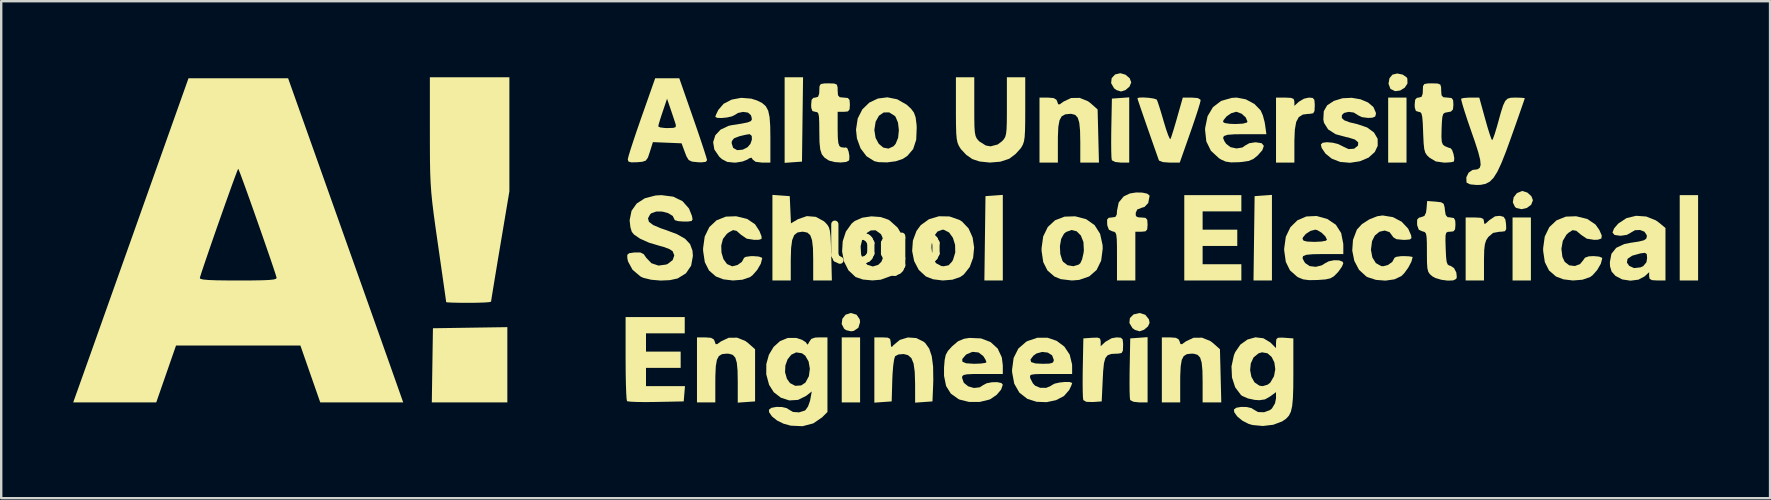
<source format=kicad_pcb>
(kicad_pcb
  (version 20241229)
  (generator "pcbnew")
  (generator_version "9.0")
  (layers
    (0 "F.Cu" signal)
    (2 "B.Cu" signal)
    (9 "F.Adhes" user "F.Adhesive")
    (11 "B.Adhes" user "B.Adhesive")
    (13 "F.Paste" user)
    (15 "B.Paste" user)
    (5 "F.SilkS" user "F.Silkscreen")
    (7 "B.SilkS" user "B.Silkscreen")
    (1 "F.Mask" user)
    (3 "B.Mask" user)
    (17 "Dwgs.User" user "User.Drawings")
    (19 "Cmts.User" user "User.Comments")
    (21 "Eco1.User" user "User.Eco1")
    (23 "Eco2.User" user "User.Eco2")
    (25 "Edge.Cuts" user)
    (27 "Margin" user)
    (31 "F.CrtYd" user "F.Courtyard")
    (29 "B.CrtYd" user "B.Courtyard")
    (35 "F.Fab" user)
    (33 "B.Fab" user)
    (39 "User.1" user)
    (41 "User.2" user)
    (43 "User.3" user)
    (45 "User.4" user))
  (footprint "logo"
    (layer "F.Cu")
    (at 33.804 7.112)
    (property "Reference" "logo" (at 0 0 0) (layer "F.SilkS") (effects (font (size 1.5 1.5) (thickness 0.3))))
    (attr board_only exclude_from_pos_files exclude_from_bom)
    (fp_poly (pts (xy -15.716 5.036) (xy -15.716 6.604) (xy -17.289 6.604) (xy -18.863 6.604) (xy -18.84 5.059) (xy -18.816 3.514) (xy -17.266 3.491) (xy -15.716 3.468)) (stroke (width 0) (type solid)) (fill yes) (layer "F.SilkS"))
    (fp_poly (pts (xy -3.418 -5.186) (xy -3.44 -3.429) (xy -3.802 -3.403) (xy -4.163 -3.377) (xy -4.163 -5.16) (xy -4.163 -6.943) (xy -3.779 -6.943) (xy -3.395 -6.943)) (stroke (width 0) (type solid)) (fill yes) (layer "F.SilkS"))
    (fp_poly (pts (xy -1.019 5.249) (xy -1.019 6.604) (xy -1.402 6.604) (xy -1.784 6.604) (xy -1.784 5.249) (xy -1.784 3.895) (xy -1.402 3.895) (xy -1.019 3.895)) (stroke (width 0) (type solid)) (fill yes) (layer "F.SilkS"))
    (fp_poly (pts (xy 4.927 -0.259) (xy 4.927 1.524) (xy 4.543 1.524) (xy 4.159 1.524) (xy 4.182 -0.233) (xy 4.205 -1.99) (xy 4.566 -2.016) (xy 4.927 -2.042)) (stroke (width 0) (type solid)) (fill yes) (layer "F.SilkS"))
    (fp_poly (pts (xy 16.14 -0.259) (xy 16.14 1.524) (xy 15.756 1.524) (xy 15.372 1.524) (xy 15.395 -0.233) (xy 15.418 -1.99) (xy 15.779 -2.016) (xy 16.14 -2.042)) (stroke (width 0) (type solid)) (fill yes) (layer "F.SilkS"))
    (fp_poly (pts (xy 21.747 -4.741) (xy 21.747 -3.387) (xy 21.365 -3.387) (xy 20.983 -3.387) (xy 20.983 -4.741) (xy 20.983 -6.096) (xy 21.365 -6.096) (xy 21.747 -6.096)) (stroke (width 0) (type solid)) (fill yes) (layer "F.SilkS"))
    (fp_poly (pts (xy 26.929 0.212) (xy 26.929 1.524) (xy 26.547 1.524) (xy 26.165 1.524) (xy 26.165 0.212) (xy 26.165 -1.101) (xy 26.547 -1.101) (xy 26.929 -1.101)) (stroke (width 0) (type solid)) (fill yes) (layer "F.SilkS"))
    (fp_poly (pts (xy 33.895 -0.254) (xy 33.895 1.524) (xy 33.513 1.524) (xy 33.13 1.524) (xy 33.13 -0.254) (xy 33.13 -2.032) (xy 33.513 -2.032) (xy 33.895 -2.032)) (stroke (width 0) (type solid)) (fill yes) (layer "F.SilkS"))
    (fp_poly (pts (xy 10.038 -7.051) (xy 10.212 -6.903) (xy 10.279 -6.731) (xy 10.207 -6.556) (xy 10.039 -6.408) (xy 9.854 -6.35) (xy 9.667 -6.407) (xy 9.563 -6.483) (xy 9.44 -6.697) (xy 9.462 -6.905) (xy 9.606 -7.06) (xy 9.823 -7.112)) (stroke (width 0) (type solid)) (fill yes) (layer "F.SilkS"))
    (fp_poly (pts (xy -1.166 2.95) (xy -1.035 3.141) (xy -1.019 3.26) (xy -1.091 3.495) (xy -1.283 3.625) (xy -1.402 3.641) (xy -1.597 3.595) (xy -1.682 3.539) (xy -1.786 3.337) (xy -1.759 3.122) (xy -1.625 2.95) (xy -1.406 2.879) (xy -1.402 2.879)) (stroke (width 0) (type solid)) (fill yes) (layer "F.SilkS"))
    (fp_poly (pts (xy 21.584 -7.055) (xy 21.752 -6.941) (xy 21.782 -6.889) (xy 21.787 -6.683) (xy 21.672 -6.507) (xy 21.484 -6.391) (xy 21.274 -6.363) (xy 21.09 -6.452) (xy 21.071 -6.472) (xy 20.997 -6.675) (xy 21.036 -6.901) (xy 21.161 -7.052) (xy 21.36 -7.1)) (stroke (width 0) (type solid)) (fill yes) (layer "F.SilkS"))
    (fp_poly (pts (xy 26.785 -2.137) (xy 26.95 -1.986) (xy 27.014 -1.82) (xy 26.941 -1.631) (xy 26.762 -1.498) (xy 26.537 -1.446) (xy 26.326 -1.495) (xy 26.266 -1.541) (xy 26.176 -1.731) (xy 26.211 -1.94) (xy 26.346 -2.115) (xy 26.554 -2.2) (xy 26.589 -2.201)) (stroke (width 0) (type solid)) (fill yes) (layer "F.SilkS"))
    (fp_poly (pts (xy 10.194 -4.746) (xy 10.194 -3.387) (xy 9.852 -3.387) (xy 9.61 -3.413) (xy 9.475 -3.481) (xy 9.467 -3.496) (xy 9.453 -3.617) (xy 9.445 -3.873) (xy 9.442 -4.232) (xy 9.445 -4.659) (xy 9.448 -4.83) (xy 9.472 -6.054) (xy 9.833 -6.08) (xy 10.194 -6.106)) (stroke (width 0) (type solid)) (fill yes) (layer "F.SilkS"))
    (fp_poly (pts (xy 10.863 2.953) (xy 11.014 3.141) (xy 11.043 3.29) (xy 10.974 3.44) (xy 10.812 3.576) (xy 10.63 3.64) (xy 10.619 3.641) (xy 10.432 3.583) (xy 10.327 3.508) (xy 10.201 3.294) (xy 10.222 3.091) (xy 10.372 2.939) (xy 10.63 2.879) (xy 10.633 2.879)) (stroke (width 0) (type solid)) (fill yes) (layer "F.SilkS"))
    (fp_poly (pts (xy 10.959 5.244) (xy 10.959 6.604) (xy 10.616 6.604) (xy 10.374 6.578) (xy 10.24 6.51) (xy 10.231 6.494) (xy 10.218 6.374) (xy 10.209 6.118) (xy 10.207 5.759) (xy 10.21 5.332) (xy 10.213 5.161) (xy 10.236 3.937) (xy 10.597 3.911) (xy 10.959 3.885)) (stroke (width 0) (type solid)) (fill yes) (layer "F.SilkS"))
    (fp_poly (pts (xy 14.866 -1.693) (xy 14.866 -1.355) (xy 14.059 -1.355) (xy 13.252 -1.355) (xy 13.252 -0.974) (xy 13.252 -0.593) (xy 13.974 -0.593) (xy 14.696 -0.593) (xy 14.696 -0.254) (xy 14.696 0.085) (xy 13.974 0.085) (xy 13.252 0.085) (xy 13.252 0.466) (xy 13.252 0.847) (xy 14.059 0.847) (xy 14.866 0.847) (xy 14.866 1.185) (xy 14.866 1.524) (xy 13.677 1.524) (xy 12.488 1.524) (xy 12.488 -0.254) (xy 12.488 -2.032) (xy 13.677 -2.032) (xy 14.866 -2.032)) (stroke (width 0) (type solid)) (fill yes) (layer "F.SilkS"))
    (fp_poly (pts (xy 16.931 -6.085) (xy 17.044 -6.04) (xy 17.075 -5.939) (xy 17.075 -5.923) (xy 17.075 -5.751) (xy 17.261 -5.923) (xy 17.479 -6.052) (xy 17.686 -6.096) (xy 17.839 -6.081) (xy 17.907 -6.004) (xy 17.924 -5.816) (xy 17.924 -5.757) (xy 17.914 -5.54) (xy 17.86 -5.444) (xy 17.724 -5.419) (xy 17.67 -5.419) (xy 17.428 -5.389) (xy 17.259 -5.283) (xy 17.151 -5.081) (xy 17.094 -4.758) (xy 17.075 -4.293) (xy 17.075 -4.233) (xy 17.075 -3.387) (xy 16.693 -3.387) (xy 16.31 -3.387) (xy 16.31 -4.741) (xy 16.31 -6.096) (xy 16.693 -6.096)) (stroke (width 0) (type solid)) (fill yes) (layer "F.SilkS"))
    (fp_poly (pts (xy 25.792 -1.128) (xy 25.866 -1.016) (xy 25.894 -0.826) (xy 25.901 -0.618) (xy 25.849 -0.529) (xy 25.695 -0.508) (xy 25.624 -0.508) (xy 25.353 -0.458) (xy 25.151 -0.285) (xy 25.066 -0.152) (xy 25.013 0.012) (xy 24.985 0.247) (xy 24.976 0.597) (xy 24.975 0.731) (xy 24.975 1.524) (xy 24.593 1.524) (xy 24.211 1.524) (xy 24.211 0.212) (xy 24.211 -1.101) (xy 24.593 -1.101) (xy 24.832 -1.089) (xy 24.946 -1.043) (xy 24.975 -0.943) (xy 24.975 -0.935) (xy 24.987 -0.837) (xy 25.044 -0.848) (xy 25.182 -0.975) (xy 25.189 -0.983) (xy 25.437 -1.149) (xy 25.635 -1.17)) (stroke (width 0) (type solid)) (fill yes) (layer "F.SilkS"))
    (fp_poly (pts (xy -8.325 3.387) (xy -8.325 3.725) (xy -9.132 3.725) (xy -9.939 3.725) (xy -9.939 4.106) (xy -9.939 4.487) (xy -9.217 4.487) (xy -8.495 4.487) (xy -8.495 4.826) (xy -8.495 5.165) (xy -9.217 5.165) (xy -9.939 5.165) (xy -9.939 5.546) (xy -9.939 5.927) (xy -9.127 5.927) (xy -8.315 5.927) (xy -8.341 6.244) (xy -8.368 6.562) (xy -9.519 6.585) (xy -9.946 6.59) (xy -10.31 6.586) (xy -10.578 6.574) (xy -10.718 6.555) (xy -10.73 6.55) (xy -10.748 6.451) (xy -10.763 6.209) (xy -10.776 5.85) (xy -10.785 5.401) (xy -10.788 4.888) (xy -10.789 4.77) (xy -10.789 3.048) (xy -9.557 3.048) (xy -8.325 3.048)) (stroke (width 0) (type solid)) (fill yes) (layer "F.SilkS"))
    (fp_poly (pts (xy 9.842 3.907) (xy 9.919 3.975) (xy 9.939 4.149) (xy 9.939 4.233) (xy 9.93 4.45) (xy 9.874 4.547) (xy 9.734 4.572) (xy 9.663 4.573) (xy 9.446 4.585) (xy 9.297 4.637) (xy 9.2 4.756) (xy 9.142 4.969) (xy 9.108 5.304) (xy 9.09 5.648) (xy 9.047 6.562) (xy 8.685 6.588) (xy 8.41 6.581) (xy 8.284 6.509) (xy 8.279 6.499) (xy 8.265 6.377) (xy 8.256 6.119) (xy 8.253 5.759) (xy 8.256 5.331) (xy 8.259 5.161) (xy 8.283 3.937) (xy 8.644 3.911) (xy 8.871 3.904) (xy 8.976 3.941) (xy 9.004 4.043) (xy 9.005 4.074) (xy 9.005 4.263) (xy 9.201 4.079) (xy 9.465 3.929) (xy 9.669 3.895)) (stroke (width 0) (type solid)) (fill yes) (layer "F.SilkS"))
    (fp_poly (pts (xy -7.23 3.913) (xy -7.111 3.982) (xy -7.076 4.063) (xy -7.038 4.173) (xy -6.976 4.178) (xy -6.837 4.078) (xy -6.817 4.063) (xy -6.497 3.911) (xy -6.143 3.907) (xy -5.798 4.045) (xy -5.672 4.142) (xy -5.394 4.389) (xy -5.394 5.475) (xy -5.394 6.562) (xy -5.755 6.588) (xy -6.116 6.614) (xy -6.116 5.757) (xy -6.124 5.282) (xy -6.155 4.951) (xy -6.218 4.74) (xy -6.324 4.623) (xy -6.481 4.577) (xy -6.584 4.572) (xy -6.771 4.593) (xy -6.902 4.671) (xy -6.985 4.832) (xy -7.031 5.1) (xy -7.049 5.5) (xy -7.051 5.752) (xy -7.051 6.604) (xy -7.433 6.604) (xy -7.815 6.604) (xy -7.815 5.249) (xy -7.815 3.895) (xy -7.468 3.895)) (stroke (width 0) (type solid)) (fill yes) (layer "F.SilkS"))
    (fp_poly (pts (xy 7.042 -6.077) (xy 7.16 -6.008) (xy 7.196 -5.928) (xy 7.233 -5.818) (xy 7.296 -5.813) (xy 7.435 -5.913) (xy 7.454 -5.928) (xy 7.774 -6.079) (xy 8.129 -6.084) (xy 8.474 -5.945) (xy 8.6 -5.849) (xy 8.877 -5.602) (xy 8.905 -4.494) (xy 8.933 -3.387) (xy 8.544 -3.387) (xy 8.155 -3.387) (xy 8.155 -4.239) (xy 8.146 -4.716) (xy 8.113 -5.049) (xy 8.048 -5.261) (xy 7.942 -5.376) (xy 7.786 -5.417) (xy 7.734 -5.419) (xy 7.525 -5.397) (xy 7.381 -5.316) (xy 7.29 -5.151) (xy 7.24 -4.876) (xy 7.222 -4.468) (xy 7.221 -4.27) (xy 7.221 -3.387) (xy 6.838 -3.387) (xy 6.456 -3.387) (xy 6.456 -4.741) (xy 6.456 -6.096) (xy 6.804 -6.096)) (stroke (width 0) (type solid)) (fill yes) (layer "F.SilkS"))
    (fp_poly (pts (xy 12.139 3.913) (xy 12.257 3.982) (xy 12.293 4.063) (xy 12.33 4.173) (xy 12.393 4.178) (xy 12.532 4.078) (xy 12.551 4.063) (xy 12.871 3.911) (xy 13.226 3.907) (xy 13.571 4.045) (xy 13.697 4.142) (xy 13.974 4.388) (xy 14.002 5.496) (xy 14.03 6.604) (xy 13.641 6.604) (xy 13.252 6.604) (xy 13.252 5.752) (xy 13.244 5.278) (xy 13.213 4.948) (xy 13.149 4.738) (xy 13.043 4.622) (xy 12.885 4.576) (xy 12.785 4.572) (xy 12.597 4.593) (xy 12.467 4.671) (xy 12.383 4.832) (xy 12.338 5.1) (xy 12.319 5.5) (xy 12.318 5.752) (xy 12.318 6.604) (xy 11.935 6.604) (xy 11.553 6.604) (xy 11.553 5.249) (xy 11.553 3.895) (xy 11.901 3.895)) (stroke (width 0) (type solid)) (fill yes) (layer "F.SilkS"))
    (fp_poly (pts (xy -4.311 -2.016) (xy -3.95 -1.99) (xy -3.925 -1.423) (xy -3.9 -0.857) (xy -3.603 -1.032) (xy -3.235 -1.158) (xy -2.863 -1.127) (xy -2.527 -0.944) (xy -2.468 -0.89) (xy -2.379 -0.792) (xy -2.317 -0.687) (xy -2.277 -0.54) (xy -2.251 -0.32) (xy -2.235 0.006) (xy -2.223 0.425) (xy -2.195 1.524) (xy -2.584 1.524) (xy -2.973 1.524) (xy -2.973 0.641) (xy -2.983 0.171) (xy -3.021 -0.155) (xy -3.094 -0.36) (xy -3.214 -0.47) (xy -3.39 -0.507) (xy -3.433 -0.508) (xy -3.628 -0.476) (xy -3.764 -0.367) (xy -3.85 -0.156) (xy -3.894 0.177) (xy -3.908 0.655) (xy -3.908 0.663) (xy -3.908 1.524) (xy -4.29 1.524) (xy -4.672 1.524) (xy -4.672 -0.259) (xy -4.672 -2.042)) (stroke (width 0) (type solid)) (fill yes) (layer "F.SilkS"))
    (fp_poly (pts (xy -15.631 -4.566) (xy -15.631 -2.19) (xy -16.013 0.085) (xy -16.114 0.684) (xy -16.204 1.228) (xy -16.281 1.695) (xy -16.341 2.061) (xy -16.38 2.306) (xy -16.395 2.407) (xy -16.395 2.407) (xy -16.475 2.427) (xy -16.689 2.442) (xy -17.006 2.452) (xy -17.33 2.455) (xy -17.705 2.453) (xy -18.009 2.446) (xy -18.206 2.436) (xy -18.264 2.426) (xy -18.276 2.338) (xy -18.309 2.103) (xy -18.36 1.745) (xy -18.426 1.283) (xy -18.504 0.74) (xy -18.59 0.136) (xy -18.604 0.042) (xy -18.705 -0.661) (xy -18.783 -1.234) (xy -18.842 -1.715) (xy -18.885 -2.142) (xy -18.913 -2.552) (xy -18.931 -2.983) (xy -18.94 -3.474) (xy -18.943 -4.061) (xy -18.944 -4.627) (xy -18.944 -6.943) (xy -17.287 -6.943) (xy -15.631 -6.943)) (stroke (width 0) (type solid)) (fill yes) (layer "F.SilkS"))
    (fp_poly (pts (xy 0.134 3.906) (xy 0.231 3.96) (xy 0.257 4.092) (xy 0.258 4.128) (xy 0.27 4.28) (xy 0.315 4.283) (xy 0.364 4.226) (xy 0.635 4) (xy 0.972 3.898) (xy 1.324 3.923) (xy 1.637 4.08) (xy 1.698 4.134) (xy 1.86 4.362) (xy 1.967 4.681) (xy 2.023 5.111) (xy 2.031 5.675) (xy 2.023 5.927) (xy 1.996 6.562) (xy 1.635 6.588) (xy 1.274 6.614) (xy 1.273 5.826) (xy 1.258 5.333) (xy 1.21 4.986) (xy 1.119 4.761) (xy 0.978 4.635) (xy 0.798 4.589) (xy 0.581 4.606) (xy 0.442 4.678) (xy 0.399 4.809) (xy 0.361 5.07) (xy 0.333 5.421) (xy 0.322 5.678) (xy 0.297 6.562) (xy -0.064 6.588) (xy -0.425 6.614) (xy -0.425 5.254) (xy -0.425 3.895) (xy -0.085 3.895)) (stroke (width 0) (type solid)) (fill yes) (layer "F.SilkS"))
    (fp_poly (pts (xy 11.008 -6.087) (xy 11.211 -6.057) (xy 11.334 -6.017) (xy 11.344 -6.007) (xy 11.389 -5.892) (xy 11.467 -5.653) (xy 11.565 -5.33) (xy 11.631 -5.102) (xy 11.732 -4.77) (xy 11.821 -4.519) (xy 11.886 -4.38) (xy 11.911 -4.366) (xy 11.953 -4.477) (xy 12.028 -4.712) (xy 12.124 -5.033) (xy 12.192 -5.271) (xy 12.426 -6.096) (xy 12.797 -6.096) (xy 13.049 -6.077) (xy 13.159 -6.013) (xy 13.167 -5.975) (xy 13.14 -5.857) (xy 13.066 -5.609) (xy 12.954 -5.264) (xy 12.814 -4.852) (xy 12.733 -4.621) (xy 12.299 -3.387) (xy 11.881 -3.387) (xy 11.6 -3.408) (xy 11.444 -3.466) (xy 11.426 -3.493) (xy 11.252 -3.985) (xy 11.079 -4.479) (xy 10.915 -4.949) (xy 10.77 -5.368) (xy 10.652 -5.711) (xy 10.571 -5.951) (xy 10.535 -6.063) (xy 10.534 -6.067) (xy 10.607 -6.096) (xy 10.786 -6.101)) (stroke (width 0) (type solid)) (fill yes) (layer "F.SilkS"))
    (fp_poly (pts (xy 2.705 -1.144) (xy 3.116 -1.001) (xy 3.23 -0.93) (xy 3.502 -0.642) (xy 3.669 -0.268) (xy 3.732 0.151) (xy 3.691 0.575) (xy 3.549 0.962) (xy 3.305 1.271) (xy 3.159 1.376) (xy 2.828 1.491) (xy 2.424 1.524) (xy 2.024 1.474) (xy 1.724 1.358) (xy 1.426 1.084) (xy 1.233 0.716) (xy 1.15 0.296) (xy 1.16 0.15) (xy 1.954 0.15) (xy 2.001 0.544) (xy 2.142 0.803) (xy 2.371 0.923) (xy 2.466 0.931) (xy 2.668 0.89) (xy 2.812 0.737) (xy 2.853 0.664) (xy 2.946 0.358) (xy 2.939 0.037) (xy 2.848 -0.255) (xy 2.687 -0.478) (xy 2.471 -0.588) (xy 2.412 -0.593) (xy 2.205 -0.515) (xy 2.048 -0.306) (xy 1.963 -0.001) (xy 1.954 0.15) (xy 1.16 0.15) (xy 1.181 -0.137) (xy 1.33 -0.539) (xy 1.508 -0.781) (xy 1.853 -1.03) (xy 2.268 -1.152)) (stroke (width 0) (type solid)) (fill yes) (layer "F.SilkS"))
    (fp_poly (pts (xy 8.402 -1.029) (xy 8.751 -0.782) (xy 8.981 -0.42) (xy 9.084 0.05) (xy 9.089 0.199) (xy 9.025 0.698) (xy 8.835 1.086) (xy 8.527 1.355) (xy 8.107 1.5) (xy 7.805 1.524) (xy 7.338 1.468) (xy 7.076 1.358) (xy 6.787 1.106) (xy 6.612 0.76) (xy 6.543 0.299) (xy 6.541 0.186) (xy 6.553 0.098) (xy 7.306 0.098) (xy 7.322 0.422) (xy 7.409 0.696) (xy 7.438 0.743) (xy 7.625 0.888) (xy 7.866 0.93) (xy 8.088 0.863) (xy 8.158 0.802) (xy 8.231 0.642) (xy 8.289 0.39) (xy 8.304 0.272) (xy 8.287 -0.077) (xy 8.179 -0.349) (xy 8.006 -0.524) (xy 7.792 -0.58) (xy 7.563 -0.497) (xy 7.476 -0.423) (xy 7.358 -0.207) (xy 7.306 0.098) (xy 6.553 0.098) (xy 6.609 -0.309) (xy 6.801 -0.704) (xy 7.103 -0.984) (xy 7.502 -1.136) (xy 7.942 -1.15)) (stroke (width 0) (type solid)) (fill yes) (layer "F.SilkS"))
    (fp_poly (pts (xy -0.162 -1.12) (xy 0.162 -1.008) (xy 0.222 -0.968) (xy 0.545 -0.677) (xy 0.728 -0.367) (xy 0.798 0.013) (xy 0.801 0.152) (xy 0.737 0.669) (xy 0.554 1.067) (xy 0.254 1.342) (xy -0.159 1.492) (xy -0.51 1.521) (xy -0.901 1.484) (xy -1.195 1.384) (xy -1.213 1.374) (xy -1.503 1.102) (xy -1.688 0.737) (xy -1.769 0.32) (xy -1.755 0.099) (xy -0.997 0.099) (xy -0.978 0.437) (xy -0.899 0.664) (xy -0.718 0.87) (xy -0.489 0.941) (xy -0.261 0.871) (xy -0.132 0.743) (xy -0.029 0.49) (xy 0.002 0.171) (xy -0.035 -0.144) (xy -0.138 -0.386) (xy -0.17 -0.423) (xy -0.376 -0.569) (xy -0.576 -0.56) (xy -0.76 -0.444) (xy -0.922 -0.216) (xy -0.997 0.099) (xy -1.755 0.099) (xy -1.743 -0.11) (xy -1.611 -0.512) (xy -1.373 -0.846) (xy -1.246 -0.952) (xy -0.933 -1.091) (xy -0.549 -1.148)) (stroke (width 0) (type solid)) (fill yes) (layer "F.SilkS"))
    (fp_poly (pts (xy 10.735 -2.138) (xy 10.94 -2.095) (xy 11.04 -2.018) (xy 11.042 -2.001) (xy 10.986 -1.705) (xy 10.829 -1.539) (xy 10.716 -1.508) (xy 10.528 -1.433) (xy 10.464 -1.291) (xy 10.471 -1.157) (xy 10.574 -1.106) (xy 10.698 -1.101) (xy 10.873 -1.085) (xy 10.945 -1.003) (xy 10.959 -0.804) (xy 10.944 -0.605) (xy 10.872 -0.524) (xy 10.704 -0.508) (xy 10.449 -0.508) (xy 10.449 0.508) (xy 10.449 1.524) (xy 10.067 1.524) (xy 9.684 1.524) (xy 9.684 0.514) (xy 9.683 0.087) (xy 9.675 -0.2) (xy 9.656 -0.376) (xy 9.62 -0.469) (xy 9.561 -0.509) (xy 9.493 -0.523) (xy 9.349 -0.588) (xy 9.284 -0.759) (xy 9.275 -0.826) (xy 9.273 -1.015) (xy 9.34 -1.089) (xy 9.467 -1.101) (xy 9.617 -1.124) (xy 9.676 -1.228) (xy 9.684 -1.378) (xy 9.756 -1.727) (xy 9.963 -1.979) (xy 10.22 -2.101) (xy 10.478 -2.143)) (stroke (width 0) (type solid)) (fill yes) (layer "F.SilkS"))
    (fp_poly (pts (xy 0.528 -6.025) (xy 0.921 -5.801) (xy 1.102 -5.634) (xy 1.224 -5.471) (xy 1.295 -5.272) (xy 1.332 -4.98) (xy 1.34 -4.843) (xy 1.319 -4.338) (xy 1.192 -3.952) (xy 0.95 -3.666) (xy 0.759 -3.541) (xy 0.467 -3.443) (xy 0.103 -3.396) (xy -0.247 -3.406) (xy -0.425 -3.446) (xy -0.75 -3.651) (xy -0.999 -3.979) (xy -1.151 -4.397) (xy -1.187 -4.741) (xy -0.425 -4.741) (xy -0.373 -4.416) (xy -0.239 -4.167) (xy -0.051 -4.012) (xy 0.162 -3.971) (xy 0.368 -4.063) (xy 0.462 -4.168) (xy 0.565 -4.421) (xy 0.597 -4.74) (xy 0.56 -5.055) (xy 0.457 -5.297) (xy 0.425 -5.334) (xy 0.191 -5.48) (xy -0.037 -5.476) (xy -0.233 -5.341) (xy -0.371 -5.093) (xy -0.425 -4.75) (xy -0.425 -4.741) (xy -1.187 -4.741) (xy -1.189 -4.758) (xy -1.118 -5.227) (xy -0.924 -5.607) (xy -0.635 -5.887) (xy -0.278 -6.057) (xy 0.119 -6.107)) (stroke (width 0) (type solid)) (fill yes) (layer "F.SilkS"))
    (fp_poly (pts (xy 29.279 -1.039) (xy 29.618 -0.81) (xy 29.779 -0.584) (xy 29.881 -0.351) (xy 29.867 -0.225) (xy 29.723 -0.175) (xy 29.566 -0.169) (xy 29.258 -0.218) (xy 29.018 -0.381) (xy 28.822 -0.546) (xy 28.665 -0.573) (xy 28.492 -0.461) (xy 28.412 -0.385) (xy 28.258 -0.125) (xy 28.2 0.207) (xy 28.242 0.542) (xy 28.339 0.748) (xy 28.526 0.892) (xy 28.76 0.922) (xy 28.976 0.842) (xy 29.094 0.699) (xy 29.184 0.573) (xy 29.343 0.518) (xy 29.54 0.508) (xy 29.768 0.528) (xy 29.892 0.578) (xy 29.902 0.601) (xy 29.842 0.827) (xy 29.693 1.086) (xy 29.499 1.306) (xy 29.399 1.38) (xy 29.078 1.492) (xy 28.683 1.524) (xy 28.287 1.477) (xy 27.974 1.358) (xy 27.684 1.106) (xy 27.51 0.76) (xy 27.441 0.299) (xy 27.439 0.186) (xy 27.506 -0.305) (xy 27.698 -0.7) (xy 27.998 -0.982) (xy 28.389 -1.137) (xy 28.815 -1.152)) (stroke (width 0) (type solid)) (fill yes) (layer "F.SilkS"))
    (fp_poly (pts (xy -5.726 -1.041) (xy -5.396 -0.818) (xy -5.213 -0.536) (xy -5.125 -0.313) (xy -5.126 -0.206) (xy -5.24 -0.172) (xy -5.433 -0.169) (xy -5.742 -0.218) (xy -5.981 -0.381) (xy -6.165 -0.542) (xy -6.308 -0.576) (xy -6.478 -0.488) (xy -6.572 -0.417) (xy -6.733 -0.207) (xy -6.804 0.068) (xy -6.794 0.363) (xy -6.712 0.635) (xy -6.564 0.839) (xy -6.36 0.93) (xy -6.33 0.931) (xy -6.125 0.878) (xy -5.947 0.751) (xy -5.862 0.6) (xy -5.862 0.587) (xy -5.786 0.54) (xy -5.593 0.512) (xy -5.479 0.508) (xy -5.241 0.527) (xy -5.109 0.576) (xy -5.097 0.601) (xy -5.157 0.827) (xy -5.307 1.086) (xy -5.501 1.306) (xy -5.6 1.38) (xy -5.921 1.492) (xy -6.316 1.524) (xy -6.712 1.477) (xy -7.025 1.358) (xy -7.315 1.106) (xy -7.489 0.76) (xy -7.558 0.299) (xy -7.561 0.186) (xy -7.493 -0.305) (xy -7.301 -0.7) (xy -7.002 -0.982) (xy -6.61 -1.137) (xy -6.184 -1.152)) (stroke (width 0) (type solid)) (fill yes) (layer "F.SilkS"))
    (fp_poly (pts (xy 3.738 -5.711) (xy 3.739 -5.23) (xy 3.745 -4.887) (xy 3.762 -4.654) (xy 3.792 -4.5) (xy 3.84 -4.394) (xy 3.912 -4.307) (xy 3.946 -4.272) (xy 4.22 -4.099) (xy 4.417 -4.064) (xy 4.716 -4.143) (xy 4.888 -4.272) (xy 4.97 -4.36) (xy 5.027 -4.455) (xy 5.063 -4.587) (xy 5.084 -4.786) (xy 5.094 -5.082) (xy 5.097 -5.506) (xy 5.097 -5.711) (xy 5.097 -6.943) (xy 5.479 -6.943) (xy 5.862 -6.943) (xy 5.862 -5.601) (xy 5.86 -5.09) (xy 5.853 -4.719) (xy 5.837 -4.457) (xy 5.809 -4.273) (xy 5.764 -4.139) (xy 5.7 -4.023) (xy 5.67 -3.979) (xy 5.46 -3.747) (xy 5.205 -3.555) (xy 5.183 -3.543) (xy 4.822 -3.425) (xy 4.388 -3.389) (xy 3.957 -3.434) (xy 3.655 -3.535) (xy 3.405 -3.71) (xy 3.187 -3.941) (xy 3.166 -3.971) (xy 3.093 -4.09) (xy 3.041 -4.216) (xy 3.007 -4.379) (xy 2.987 -4.608) (xy 2.977 -4.935) (xy 2.973 -5.389) (xy 2.973 -5.601) (xy 2.973 -6.943) (xy 3.356 -6.943) (xy 3.738 -6.943)) (stroke (width 0) (type solid)) (fill yes) (layer "F.SilkS"))
    (fp_poly (pts (xy 21.179 -1.116) (xy 21.546 -0.923) (xy 21.817 -0.635) (xy 21.938 -0.36) (xy 21.953 -0.242) (xy 21.892 -0.187) (xy 21.716 -0.17) (xy 21.609 -0.169) (xy 21.328 -0.196) (xy 21.192 -0.279) (xy 21.182 -0.299) (xy 21.039 -0.491) (xy 20.836 -0.557) (xy 20.618 -0.506) (xy 20.426 -0.347) (xy 20.311 -0.115) (xy 20.265 0.246) (xy 20.323 0.562) (xy 20.469 0.799) (xy 20.687 0.922) (xy 20.777 0.931) (xy 20.977 0.877) (xy 21.153 0.75) (xy 21.237 0.6) (xy 21.237 0.587) (xy 21.313 0.54) (xy 21.506 0.512) (xy 21.62 0.508) (xy 21.848 0.517) (xy 21.985 0.54) (xy 22.002 0.553) (xy 21.95 0.742) (xy 21.822 0.987) (xy 21.656 1.217) (xy 21.534 1.34) (xy 21.243 1.477) (xy 20.869 1.53) (xy 20.474 1.499) (xy 20.122 1.385) (xy 20.064 1.352) (xy 19.768 1.079) (xy 19.572 0.707) (xy 19.486 0.277) (xy 19.517 -0.167) (xy 19.674 -0.583) (xy 19.685 -0.601) (xy 19.89 -0.825) (xy 20.196 -1.021) (xy 20.53 -1.153) (xy 20.753 -1.185)) (stroke (width 0) (type solid)) (fill yes) (layer "F.SilkS"))
    (fp_poly (pts (xy -7.976 -5.249) (xy -7.802 -4.747) (xy -7.649 -4.295) (xy -7.525 -3.92) (xy -7.438 -3.646) (xy -7.397 -3.501) (xy -7.395 -3.488) (xy -7.45 -3.418) (xy -7.636 -3.397) (xy -7.783 -3.403) (xy -8.024 -3.429) (xy -8.16 -3.494) (xy -8.252 -3.644) (xy -8.316 -3.81) (xy -8.457 -4.191) (xy -9.055 -4.216) (xy -9.652 -4.24) (xy -9.778 -3.835) (xy -9.86 -3.594) (xy -9.947 -3.471) (xy -10.094 -3.421) (xy -10.304 -3.403) (xy -10.549 -3.397) (xy -10.666 -3.428) (xy -10.697 -3.51) (xy -10.697 -3.53) (xy -10.667 -3.654) (xy -10.59 -3.911) (xy -10.472 -4.273) (xy -10.324 -4.715) (xy -10.261 -4.894) (xy -9.429 -4.894) (xy -9.353 -4.854) (xy -9.161 -4.829) (xy -9.041 -4.826) (xy -8.807 -4.833) (xy -8.704 -4.867) (xy -8.696 -4.951) (xy -8.714 -5.016) (xy -8.777 -5.208) (xy -8.868 -5.48) (xy -8.918 -5.628) (xy -9.062 -6.048) (xy -9.245 -5.505) (xy -9.339 -5.221) (xy -9.405 -5.001) (xy -9.429 -4.894) (xy -10.261 -4.894) (xy -10.153 -5.208) (xy -10.123 -5.292) (xy -9.557 -6.9) (xy -9.055 -6.9) (xy -8.552 -6.9)) (stroke (width 0) (type solid)) (fill yes) (layer "F.SilkS"))
    (fp_poly (pts (xy 19.829 -6.025) (xy 20.143 -5.893) (xy 20.369 -5.702) (xy 20.471 -5.463) (xy 20.473 -5.419) (xy 20.443 -5.307) (xy 20.325 -5.258) (xy 20.144 -5.249) (xy 19.89 -5.282) (xy 19.719 -5.365) (xy 19.708 -5.376) (xy 19.547 -5.474) (xy 19.334 -5.501) (xy 19.144 -5.456) (xy 19.056 -5.368) (xy 19.051 -5.247) (xy 19.153 -5.15) (xy 19.385 -5.063) (xy 19.7 -4.989) (xy 20.108 -4.85) (xy 20.393 -4.64) (xy 20.544 -4.38) (xy 20.547 -4.087) (xy 20.425 -3.828) (xy 20.166 -3.595) (xy 19.805 -3.443) (xy 19.394 -3.38) (xy 18.983 -3.415) (xy 18.631 -3.552) (xy 18.371 -3.762) (xy 18.212 -3.998) (xy 18.179 -4.143) (xy 18.251 -4.214) (xy 18.431 -4.237) (xy 18.666 -4.217) (xy 18.903 -4.158) (xy 19.089 -4.066) (xy 19.092 -4.063) (xy 19.333 -3.95) (xy 19.565 -3.966) (xy 19.725 -4.094) (xy 19.735 -4.232) (xy 19.593 -4.35) (xy 19.316 -4.436) (xy 19.232 -4.451) (xy 18.793 -4.57) (xy 18.481 -4.771) (xy 18.309 -5.044) (xy 18.281 -5.185) (xy 18.3 -5.528) (xy 18.441 -5.774) (xy 18.72 -5.958) (xy 19.082 -6.069) (xy 19.463 -6.087)) (stroke (width 0) (type solid)) (fill yes) (layer "F.SilkS"))
    (fp_poly (pts (xy -2.101 -6.682) (xy -1.99 -6.639) (xy -1.956 -6.524) (xy -1.954 -6.392) (xy -1.94 -6.193) (xy -1.868 -6.112) (xy -1.699 -6.096) (xy -1.528 -6.079) (xy -1.458 -5.996) (xy -1.444 -5.8) (xy -1.458 -5.601) (xy -1.53 -5.519) (xy -1.699 -5.503) (xy -1.954 -5.503) (xy -1.954 -4.793) (xy -1.948 -4.429) (xy -1.925 -4.202) (xy -1.88 -4.078) (xy -1.819 -4.03) (xy -1.664 -4.008) (xy -1.613 -4.022) (xy -1.552 -3.986) (xy -1.497 -3.845) (xy -1.465 -3.665) (xy -1.471 -3.511) (xy -1.485 -3.473) (xy -1.607 -3.413) (xy -1.827 -3.392) (xy -2.079 -3.41) (xy -2.297 -3.466) (xy -2.336 -3.484) (xy -2.504 -3.596) (xy -2.615 -3.735) (xy -2.68 -3.938) (xy -2.711 -4.24) (xy -2.718 -4.673) (xy -2.721 -5.054) (xy -2.732 -5.296) (xy -2.759 -5.432) (xy -2.808 -5.49) (xy -2.884 -5.503) (xy -2.888 -5.503) (xy -3.005 -5.536) (xy -3.053 -5.666) (xy -3.058 -5.8) (xy -3.039 -6.004) (xy -2.965 -6.086) (xy -2.888 -6.096) (xy -2.771 -6.129) (xy -2.724 -6.259) (xy -2.718 -6.392) (xy -2.71 -6.574) (xy -2.655 -6.661) (xy -2.506 -6.687) (xy -2.336 -6.689)) (stroke (width 0) (type solid)) (fill yes) (layer "F.SilkS"))
    (fp_poly (pts (xy 22.963 -1.761) (xy 23.188 -1.735) (xy 23.295 -1.67) (xy 23.336 -1.52) (xy 23.345 -1.418) (xy 23.379 -1.207) (xy 23.455 -1.117) (xy 23.579 -1.101) (xy 23.719 -1.078) (xy 23.776 -0.975) (xy 23.786 -0.804) (xy 23.77 -0.604) (xy 23.699 -0.522) (xy 23.57 -0.508) (xy 23.465 -0.502) (xy 23.402 -0.462) (xy 23.373 -0.354) (xy 23.369 -0.144) (xy 23.379 0.191) (xy 23.395 0.535) (xy 23.419 0.746) (xy 23.462 0.857) (xy 23.533 0.904) (xy 23.586 0.915) (xy 23.726 1.008) (xy 23.822 1.191) (xy 23.842 1.387) (xy 23.816 1.46) (xy 23.691 1.521) (xy 23.466 1.53) (xy 23.201 1.495) (xy 22.955 1.423) (xy 22.82 1.349) (xy 22.718 1.259) (xy 22.653 1.16) (xy 22.616 1.013) (xy 22.6 0.78) (xy 22.597 0.423) (xy 22.597 0.338) (xy 22.595 -0.043) (xy 22.584 -0.288) (xy 22.557 -0.428) (xy 22.507 -0.494) (xy 22.427 -0.52) (xy 22.406 -0.523) (xy 22.26 -0.59) (xy 22.195 -0.765) (xy 22.188 -0.819) (xy 22.19 -1.011) (xy 22.269 -1.095) (xy 22.358 -1.115) (xy 22.494 -1.167) (xy 22.56 -1.305) (xy 22.581 -1.465) (xy 22.607 -1.787)) (stroke (width 0) (type solid)) (fill yes) (layer "F.SilkS"))
    (fp_poly (pts (xy 25.024 -5.207) (xy 25.126 -4.848) (xy 25.217 -4.558) (xy 25.284 -4.371) (xy 25.314 -4.318) (xy 25.355 -4.394) (xy 25.427 -4.597) (xy 25.516 -4.892) (xy 25.563 -5.059) (xy 25.681 -5.486) (xy 25.774 -5.776) (xy 25.86 -5.955) (xy 25.959 -6.051) (xy 26.088 -6.089) (xy 26.266 -6.096) (xy 26.295 -6.096) (xy 26.522 -6.09) (xy 26.657 -6.077) (xy 26.674 -6.069) (xy 26.647 -5.984) (xy 26.572 -5.765) (xy 26.457 -5.435) (xy 26.312 -5.02) (xy 26.143 -4.545) (xy 26.121 -4.481) (xy 25.893 -3.852) (xy 25.701 -3.367) (xy 25.533 -3.008) (xy 25.375 -2.756) (xy 25.215 -2.593) (xy 25.039 -2.501) (xy 24.835 -2.461) (xy 24.674 -2.455) (xy 24.402 -2.48) (xy 24.258 -2.548) (xy 24.247 -2.567) (xy 24.239 -2.773) (xy 24.334 -2.967) (xy 24.494 -3.08) (xy 24.55 -3.088) (xy 24.701 -3.106) (xy 24.797 -3.168) (xy 24.836 -3.295) (xy 24.816 -3.505) (xy 24.737 -3.819) (xy 24.597 -4.256) (xy 24.448 -4.684) (xy 24.295 -5.127) (xy 24.169 -5.513) (xy 24.077 -5.813) (xy 24.028 -6.001) (xy 24.025 -6.052) (xy 24.13 -6.079) (xy 24.34 -6.095) (xy 24.424 -6.096) (xy 24.779 -6.096)) (stroke (width 0) (type solid)) (fill yes) (layer "F.SilkS"))
    (fp_poly (pts (xy 23.044 -6.682) (xy 23.155 -6.639) (xy 23.189 -6.524) (xy 23.191 -6.392) (xy 23.206 -6.193) (xy 23.278 -6.112) (xy 23.446 -6.096) (xy 23.619 -6.079) (xy 23.688 -5.993) (xy 23.701 -5.805) (xy 23.683 -5.604) (xy 23.6 -5.515) (xy 23.467 -5.488) (xy 23.349 -5.467) (xy 23.278 -5.414) (xy 23.24 -5.291) (xy 23.22 -5.062) (xy 23.209 -4.81) (xy 23.202 -4.47) (xy 23.216 -4.26) (xy 23.26 -4.142) (xy 23.336 -4.077) (xy 23.503 -4.007) (xy 23.574 -3.992) (xy 23.644 -3.917) (xy 23.705 -3.749) (xy 23.738 -3.564) (xy 23.724 -3.439) (xy 23.718 -3.432) (xy 23.612 -3.404) (xy 23.401 -3.388) (xy 23.309 -3.387) (xy 22.969 -3.435) (xy 22.708 -3.591) (xy 22.599 -3.693) (xy 22.528 -3.802) (xy 22.485 -3.957) (xy 22.46 -4.195) (xy 22.443 -4.555) (xy 22.44 -4.649) (xy 22.424 -5.038) (xy 22.403 -5.287) (xy 22.371 -5.428) (xy 22.32 -5.49) (xy 22.249 -5.503) (xy 22.137 -5.54) (xy 22.092 -5.678) (xy 22.087 -5.8) (xy 22.106 -6.004) (xy 22.18 -6.086) (xy 22.257 -6.096) (xy 22.374 -6.129) (xy 22.421 -6.259) (xy 22.427 -6.392) (xy 22.435 -6.574) (xy 22.49 -6.661) (xy 22.639 -6.687) (xy 22.809 -6.689)) (stroke (width 0) (type solid)) (fill yes) (layer "F.SilkS"))
    (fp_poly (pts (xy 31.736 -1.141) (xy 32.132 -0.983) (xy 32.278 -0.878) (xy 32.536 -0.662) (xy 32.536 0.431) (xy 32.536 1.524) (xy 32.196 1.524) (xy 31.974 1.51) (xy 31.876 1.453) (xy 31.856 1.351) (xy 31.856 1.179) (xy 31.67 1.351) (xy 31.411 1.49) (xy 31.077 1.532) (xy 30.737 1.48) (xy 30.455 1.334) (xy 30.448 1.328) (xy 30.292 1.153) (xy 30.227 0.939) (xy 30.22 0.777) (xy 30.93 0.777) (xy 31.024 0.914) (xy 31.228 1.008) (xy 31.493 0.978) (xy 31.607 0.928) (xy 31.743 0.765) (xy 31.771 0.592) (xy 31.757 0.425) (xy 31.682 0.372) (xy 31.495 0.395) (xy 31.147 0.492) (xy 30.957 0.621) (xy 30.93 0.777) (xy 30.22 0.777) (xy 30.219 0.762) (xy 30.284 0.414) (xy 30.484 0.164) (xy 30.822 0.005) (xy 31.069 -0.044) (xy 31.418 -0.097) (xy 31.629 -0.148) (xy 31.733 -0.213) (xy 31.76 -0.306) (xy 31.755 -0.367) (xy 31.662 -0.508) (xy 31.477 -0.58) (xy 31.266 -0.571) (xy 31.097 -0.472) (xy 31.095 -0.47) (xy 30.929 -0.377) (xy 30.669 -0.339) (xy 30.656 -0.339) (xy 30.416 -0.372) (xy 30.329 -0.473) (xy 30.395 -0.645) (xy 30.569 -0.847) (xy 30.908 -1.072) (xy 31.312 -1.171)) (stroke (width 0) (type solid)) (fill yes) (layer "F.SilkS"))
    (fp_poly (pts (xy 4.022 3.938) (xy 4.418 4.09) (xy 4.713 4.36) (xy 4.886 4.73) (xy 4.927 5.059) (xy 4.927 5.419) (xy 4.078 5.419) (xy 3.69 5.421) (xy 3.441 5.433) (xy 3.302 5.46) (xy 3.241 5.508) (xy 3.228 5.575) (xy 3.301 5.784) (xy 3.485 5.934) (xy 3.725 6.003) (xy 3.966 5.975) (xy 4.108 5.884) (xy 4.258 5.805) (xy 4.474 5.764) (xy 4.696 5.76) (xy 4.867 5.797) (xy 4.927 5.865) (xy 4.856 6.072) (xy 4.672 6.287) (xy 4.424 6.459) (xy 4.367 6.486) (xy 3.962 6.585) (xy 3.521 6.584) (xy 3.125 6.486) (xy 3.08 6.465) (xy 2.762 6.238) (xy 2.564 5.921) (xy 2.478 5.495) (xy 2.478 5.159) (xy 2.504 4.836) (xy 2.513 4.795) (xy 3.238 4.795) (xy 3.243 4.909) (xy 3.403 4.974) (xy 3.723 4.995) (xy 3.738 4.995) (xy 4.007 4.985) (xy 4.191 4.959) (xy 4.247 4.93) (xy 4.203 4.818) (xy 4.115 4.676) (xy 3.916 4.523) (xy 3.662 4.497) (xy 3.415 4.601) (xy 3.383 4.627) (xy 3.238 4.795) (xy 2.513 4.795) (xy 2.55 4.623) (xy 2.64 4.459) (xy 2.796 4.286) (xy 2.819 4.263) (xy 3.063 4.056) (xy 3.308 3.953) (xy 3.541 3.916)) (stroke (width 0) (type solid)) (fill yes) (layer "F.SilkS"))
    (fp_poly (pts (xy 15.052 -6.023) (xy 15.41 -5.83) (xy 15.668 -5.565) (xy 15.761 -5.357) (xy 15.836 -5.074) (xy 15.854 -4.969) (xy 15.909 -4.572) (xy 15.005 -4.572) (xy 14.573 -4.567) (xy 14.292 -4.546) (xy 14.142 -4.497) (xy 14.104 -4.413) (xy 14.159 -4.281) (xy 14.234 -4.168) (xy 14.417 -4.03) (xy 14.667 -3.977) (xy 14.908 -4.017) (xy 15.036 -4.106) (xy 15.194 -4.194) (xy 15.442 -4.233) (xy 15.471 -4.233) (xy 15.713 -4.195) (xy 15.803 -4.085) (xy 15.741 -3.906) (xy 15.544 -3.682) (xy 15.364 -3.537) (xy 15.167 -3.455) (xy 14.886 -3.414) (xy 14.759 -3.404) (xy 14.435 -3.396) (xy 14.21 -3.43) (xy 14.015 -3.518) (xy 13.932 -3.571) (xy 13.597 -3.881) (xy 13.406 -4.27) (xy 13.354 -4.751) (xy 13.358 -4.832) (xy 13.409 -5.08) (xy 14.102 -5.08) (xy 14.179 -5.035) (xy 14.381 -5.004) (xy 14.611 -4.995) (xy 14.933 -5.011) (xy 15.099 -5.058) (xy 15.121 -5.095) (xy 15.049 -5.269) (xy 14.877 -5.424) (xy 14.671 -5.502) (xy 14.641 -5.503) (xy 14.449 -5.448) (xy 14.255 -5.317) (xy 14.124 -5.159) (xy 14.102 -5.08) (xy 13.409 -5.08) (xy 13.458 -5.319) (xy 13.683 -5.698) (xy 14.021 -5.956) (xy 14.462 -6.084) (xy 14.672 -6.096)) (stroke (width 0) (type solid)) (fill yes) (layer "F.SilkS"))
    (fp_poly (pts (xy 6.787 3.909) (xy 7.17 4.038) (xy 7.489 4.277) (xy 7.713 4.611) (xy 7.813 5.022) (xy 7.815 5.1) (xy 7.815 5.419) (xy 6.918 5.419) (xy 6.52 5.42) (xy 6.263 5.428) (xy 6.121 5.449) (xy 6.063 5.489) (xy 6.062 5.555) (xy 6.077 5.609) (xy 6.18 5.809) (xy 6.269 5.905) (xy 6.485 5.996) (xy 6.735 5.997) (xy 6.937 5.913) (xy 6.966 5.884) (xy 7.085 5.822) (xy 7.288 5.776) (xy 7.516 5.752) (xy 7.71 5.755) (xy 7.811 5.791) (xy 7.815 5.804) (xy 7.78 5.904) (xy 7.695 6.082) (xy 7.692 6.089) (xy 7.473 6.34) (xy 7.144 6.511) (xy 6.751 6.594) (xy 6.338 6.579) (xy 5.951 6.457) (xy 5.949 6.456) (xy 5.618 6.198) (xy 5.404 5.826) (xy 5.315 5.35) (xy 5.312 5.249) (xy 5.369 4.818) (xy 6.08 4.818) (xy 6.106 4.923) (xy 6.285 4.98) (xy 6.589 4.995) (xy 6.857 4.988) (xy 6.996 4.955) (xy 7.047 4.883) (xy 7.051 4.829) (xy 6.981 4.642) (xy 6.803 4.529) (xy 6.57 4.5) (xy 6.332 4.564) (xy 6.198 4.66) (xy 6.08 4.818) (xy 5.369 4.818) (xy 5.378 4.752) (xy 5.575 4.36) (xy 5.901 4.077) (xy 5.945 4.052) (xy 6.368 3.909)) (stroke (width 0) (type solid)) (fill yes) (layer "F.SilkS"))
    (fp_poly (pts (xy 18.449 -1.037) (xy 18.802 -0.799) (xy 19.024 -0.454) (xy 19.112 -0.005) (xy 19.114 0.076) (xy 19.114 0.423) (xy 18.264 0.423) (xy 17.844 0.43) (xy 17.575 0.454) (xy 17.438 0.508) (xy 17.415 0.6) (xy 17.486 0.739) (xy 17.53 0.802) (xy 17.713 0.925) (xy 17.967 0.955) (xy 18.221 0.892) (xy 18.334 0.818) (xy 18.507 0.725) (xy 18.728 0.68) (xy 18.939 0.685) (xy 19.083 0.74) (xy 19.114 0.803) (xy 19.06 0.941) (xy 18.927 1.133) (xy 18.869 1.202) (xy 18.721 1.35) (xy 18.574 1.435) (xy 18.371 1.48) (xy 18.056 1.503) (xy 18.041 1.504) (xy 17.688 1.51) (xy 17.443 1.478) (xy 17.247 1.399) (xy 17.185 1.363) (xy 16.892 1.102) (xy 16.718 0.749) (xy 16.652 0.282) (xy 16.65 0.195) (xy 16.706 -0.207) (xy 17.415 -0.207) (xy 17.459 -0.135) (xy 17.61 -0.097) (xy 17.898 -0.085) (xy 17.924 -0.085) (xy 18.196 -0.098) (xy 18.38 -0.131) (xy 18.434 -0.169) (xy 18.367 -0.312) (xy 18.211 -0.465) (xy 18.03 -0.573) (xy 17.943 -0.593) (xy 17.745 -0.541) (xy 17.552 -0.416) (xy 17.429 -0.268) (xy 17.415 -0.207) (xy 16.706 -0.207) (xy 16.719 -0.299) (xy 16.909 -0.696) (xy 17.2 -0.982) (xy 17.571 -1.143) (xy 17.999 -1.163)) (stroke (width 0) (type solid)) (fill yes) (layer "F.SilkS"))
    (fp_poly (pts (xy -2.379 5.449) (xy -2.379 7.004) (xy -2.601 7.226) (xy -2.969 7.478) (xy -3.415 7.595) (xy -3.908 7.573) (xy -4.205 7.492) (xy -4.475 7.36) (xy -4.689 7.189) (xy -4.81 7.014) (xy -4.817 6.909) (xy -4.713 6.83) (xy -4.511 6.792) (xy -4.276 6.796) (xy -4.076 6.842) (xy -3.996 6.896) (xy -3.813 7.002) (xy -3.563 7.019) (xy -3.329 6.946) (xy -3.292 6.921) (xy -3.188 6.773) (xy -3.105 6.539) (xy -3.094 6.482) (xy -3.033 6.149) (xy -3.27 6.334) (xy -3.604 6.499) (xy -3.966 6.521) (xy -4.316 6.41) (xy -4.615 6.18) (xy -4.81 5.873) (xy -4.929 5.431) (xy -4.928 5.347) (xy -4.146 5.347) (xy -4.068 5.619) (xy -3.939 5.799) (xy -3.719 5.913) (xy -3.473 5.896) (xy -3.296 5.779) (xy -3.153 5.513) (xy -3.112 5.201) (xy -3.165 4.897) (xy -3.306 4.655) (xy -3.442 4.556) (xy -3.681 4.52) (xy -3.885 4.616) (xy -4.04 4.809) (xy -4.132 5.065) (xy -4.146 5.347) (xy -4.928 5.347) (xy -4.926 5.005) (xy -4.818 4.618) (xy -4.623 4.292) (xy -4.356 4.051) (xy -4.035 3.919) (xy -3.678 3.917) (xy -3.444 3.993) (xy -3.284 4.094) (xy -3.223 4.183) (xy -3.194 4.189) (xy -3.14 4.085) (xy -3.052 3.957) (xy -2.89 3.902) (xy -2.721 3.895) (xy -2.379 3.895)) (stroke (width 0) (type solid)) (fill yes) (layer "F.SilkS"))
    (fp_poly (pts (xy -5.558 -6.053) (xy -5.318 -5.978) (xy -5.102 -5.871) (xy -4.949 -5.738) (xy -4.848 -5.552) (xy -4.79 -5.282) (xy -4.763 -4.899) (xy -4.757 -4.426) (xy -4.757 -3.387) (xy -5.1 -3.387) (xy -5.37 -3.42) (xy -5.491 -3.512) (xy -5.544 -3.593) (xy -5.641 -3.564) (xy -5.719 -3.512) (xy -5.917 -3.433) (xy -6.189 -3.389) (xy -6.269 -3.387) (xy -6.556 -3.417) (xy -6.774 -3.531) (xy -6.887 -3.634) (xy -7.091 -3.932) (xy -7.134 -4.194) (xy -6.371 -4.194) (xy -6.307 -3.999) (xy -6.14 -3.906) (xy -5.909 -3.926) (xy -5.711 -4.026) (xy -5.589 -4.167) (xy -5.527 -4.344) (xy -5.533 -4.498) (xy -5.616 -4.571) (xy -5.628 -4.572) (xy -5.775 -4.55) (xy -6.002 -4.497) (xy -6.053 -4.483) (xy -6.27 -4.4) (xy -6.36 -4.288) (xy -6.371 -4.194) (xy -7.134 -4.194) (xy -7.141 -4.239) (xy -7.051 -4.526) (xy -6.832 -4.762) (xy -6.497 -4.919) (xy -6.345 -4.951) (xy -5.953 -5.012) (xy -5.704 -5.062) (xy -5.57 -5.116) (xy -5.526 -5.189) (xy -5.545 -5.293) (xy -5.573 -5.369) (xy -5.691 -5.471) (xy -5.893 -5.5) (xy -6.107 -5.456) (xy -6.232 -5.376) (xy -6.36 -5.313) (xy -6.566 -5.267) (xy -6.79 -5.245) (xy -6.971 -5.251) (xy -7.051 -5.293) (xy -7.051 -5.296) (xy -7.016 -5.396) (xy -6.93 -5.574) (xy -6.927 -5.581) (xy -6.704 -5.839) (xy -6.372 -6.011) (xy -5.976 -6.086)) (stroke (width 0) (type solid)) (fill yes) (layer "F.SilkS"))
    (fp_poly (pts (xy -8.804 -1.968) (xy -8.418 -1.78) (xy -8.148 -1.475) (xy -8.024 -1.164) (xy -7.999 -1.022) (xy -8.04 -0.954) (xy -8.186 -0.933) (xy -8.358 -0.931) (xy -8.59 -0.947) (xy -8.73 -0.985) (xy -8.75 -1.01) (xy -8.825 -1.165) (xy -9.013 -1.281) (xy -9.26 -1.347) (xy -9.513 -1.349) (xy -9.716 -1.277) (xy -9.766 -1.232) (xy -9.856 -1.066) (xy -9.818 -0.921) (xy -9.64 -0.786) (xy -9.31 -0.646) (xy -9.136 -0.588) (xy -8.65 -0.407) (xy -8.313 -0.216) (xy -8.104 0.006) (xy -8.003 0.278) (xy -7.985 0.501) (xy -8.059 0.908) (xy -8.274 1.225) (xy -8.62 1.439) (xy -8.625 1.44) (xy -8.942 1.51) (xy -9.331 1.527) (xy -9.724 1.493) (xy -10.052 1.413) (xy -10.168 1.358) (xy -10.5 1.077) (xy -10.688 0.731) (xy -10.718 0.593) (xy -10.719 0.456) (xy -10.643 0.389) (xy -10.446 0.36) (xy -10.406 0.357) (xy -10.173 0.358) (xy -10.035 0.426) (xy -9.927 0.581) (xy -9.712 0.805) (xy -9.42 0.903) (xy -9.098 0.86) (xy -9.03 0.831) (xy -8.826 0.672) (xy -8.76 0.476) (xy -8.832 0.3) (xy -8.966 0.215) (xy -9.203 0.126) (xy -9.37 0.081) (xy -9.813 -0.051) (xy -10.183 -0.215) (xy -10.441 -0.392) (xy -10.531 -0.503) (xy -10.589 -0.694) (xy -10.618 -0.954) (xy -10.619 -0.999) (xy -10.542 -1.378) (xy -10.325 -1.684) (xy -9.986 -1.902) (xy -9.544 -2.017) (xy -9.296 -2.032)) (stroke (width 0) (type solid)) (fill yes) (layer "F.SilkS"))
    (fp_poly (pts (xy 15.784 3.931) (xy 16.077 4.108) (xy 16.086 4.118) (xy 16.31 4.341) (xy 16.31 4.113) (xy 16.323 3.971) (xy 16.393 3.91) (xy 16.567 3.904) (xy 16.671 3.911) (xy 17.032 3.937) (xy 17.032 5.385) (xy 17.029 5.977) (xy 17.014 6.426) (xy 16.983 6.755) (xy 16.929 6.991) (xy 16.845 7.16) (xy 16.728 7.285) (xy 16.569 7.393) (xy 16.56 7.398) (xy 16.196 7.535) (xy 15.76 7.586) (xy 15.331 7.546) (xy 15.167 7.498) (xy 14.908 7.365) (xy 14.696 7.19) (xy 14.57 7.013) (xy 14.556 6.9) (xy 14.657 6.826) (xy 14.856 6.791) (xy 15.089 6.796) (xy 15.289 6.842) (xy 15.372 6.896) (xy 15.562 7.006) (xy 15.814 7.014) (xy 16.058 6.924) (xy 16.14 6.858) (xy 16.269 6.642) (xy 16.31 6.432) (xy 16.31 6.176) (xy 16.061 6.359) (xy 15.851 6.478) (xy 15.619 6.512) (xy 15.421 6.499) (xy 15.141 6.438) (xy 14.907 6.337) (xy 14.851 6.297) (xy 14.609 5.976) (xy 14.475 5.563) (xy 14.462 5.262) (xy 15.231 5.262) (xy 15.285 5.54) (xy 15.415 5.769) (xy 15.618 5.906) (xy 15.751 5.927) (xy 15.961 5.865) (xy 16.072 5.779) (xy 16.227 5.511) (xy 16.279 5.221) (xy 16.242 4.942) (xy 16.128 4.71) (xy 15.953 4.557) (xy 15.728 4.517) (xy 15.583 4.559) (xy 15.375 4.729) (xy 15.259 4.978) (xy 15.231 5.262) (xy 14.462 5.262) (xy 14.455 5.104) (xy 14.555 4.642) (xy 14.607 4.514) (xy 14.826 4.194) (xy 15.121 3.984) (xy 15.453 3.892)) (stroke (width 0) (type solid)) (fill yes) (layer "F.SilkS"))
    (fp_poly (pts (xy -22.879 -1.355) (xy -22.536 -0.389) (xy -22.199 0.558) (xy -21.874 1.471) (xy -21.568 2.333) (xy -21.286 3.127) (xy -21.034 3.837) (xy -20.819 4.444) (xy -20.645 4.933) (xy -20.52 5.287) (xy -20.481 5.397) (xy -20.055 6.604) (xy -21.783 6.604) (xy -23.511 6.604) (xy -23.925 5.419) (xy -24.338 4.234) (xy -26.929 4.234) (xy -29.52 4.234) (xy -29.932 5.419) (xy -30.344 6.604) (xy -32.074 6.604) (xy -33.804 6.604) (xy -33.464 5.652) (xy -33.379 5.413) (xy -33.243 5.03) (xy -33.06 4.518) (xy -32.838 3.893) (xy -32.581 3.169) (xy -32.295 2.364) (xy -31.984 1.491) (xy -31.958 1.417) (xy -28.528 1.417) (xy -28.502 1.456) (xy -28.388 1.484) (xy -28.17 1.504) (xy -27.83 1.517) (xy -27.349 1.523) (xy -26.929 1.524) (xy -26.351 1.522) (xy -25.924 1.515) (xy -25.628 1.502) (xy -25.443 1.481) (xy -25.35 1.451) (xy -25.33 1.411) (xy -25.33 1.409) (xy -25.374 1.262) (xy -25.462 0.992) (xy -25.587 0.623) (xy -25.74 0.179) (xy -25.911 -0.314) (xy -26.093 -0.833) (xy -26.276 -1.353) (xy -26.452 -1.849) (xy -26.613 -2.297) (xy -26.75 -2.672) (xy -26.853 -2.95) (xy -26.916 -3.106) (xy -26.929 -3.131) (xy -26.963 -3.055) (xy -27.044 -2.844) (xy -27.163 -2.521) (xy -27.31 -2.111) (xy -27.479 -1.639) (xy -27.659 -1.129) (xy -27.843 -0.606) (xy -28.021 -0.094) (xy -28.185 0.383) (xy -28.327 0.799) (xy -28.438 1.13) (xy -28.51 1.353) (xy -28.528 1.417) (xy -31.958 1.417) (xy -31.656 0.567) (xy -31.314 -0.393) (xy -31.063 -1.101) (xy -29.001 -6.9) (xy -26.926 -6.9) (xy -24.85 -6.9)) (stroke (width 0) (type solid)) (fill yes) (layer "F.SilkS")))
  (gr_rect
    (start -3 -3)
    (end 70.698 17.707)
    (stroke (width 0.1) (type default))
    (fill no)
    (layer "Edge.Cuts")))
</source>
